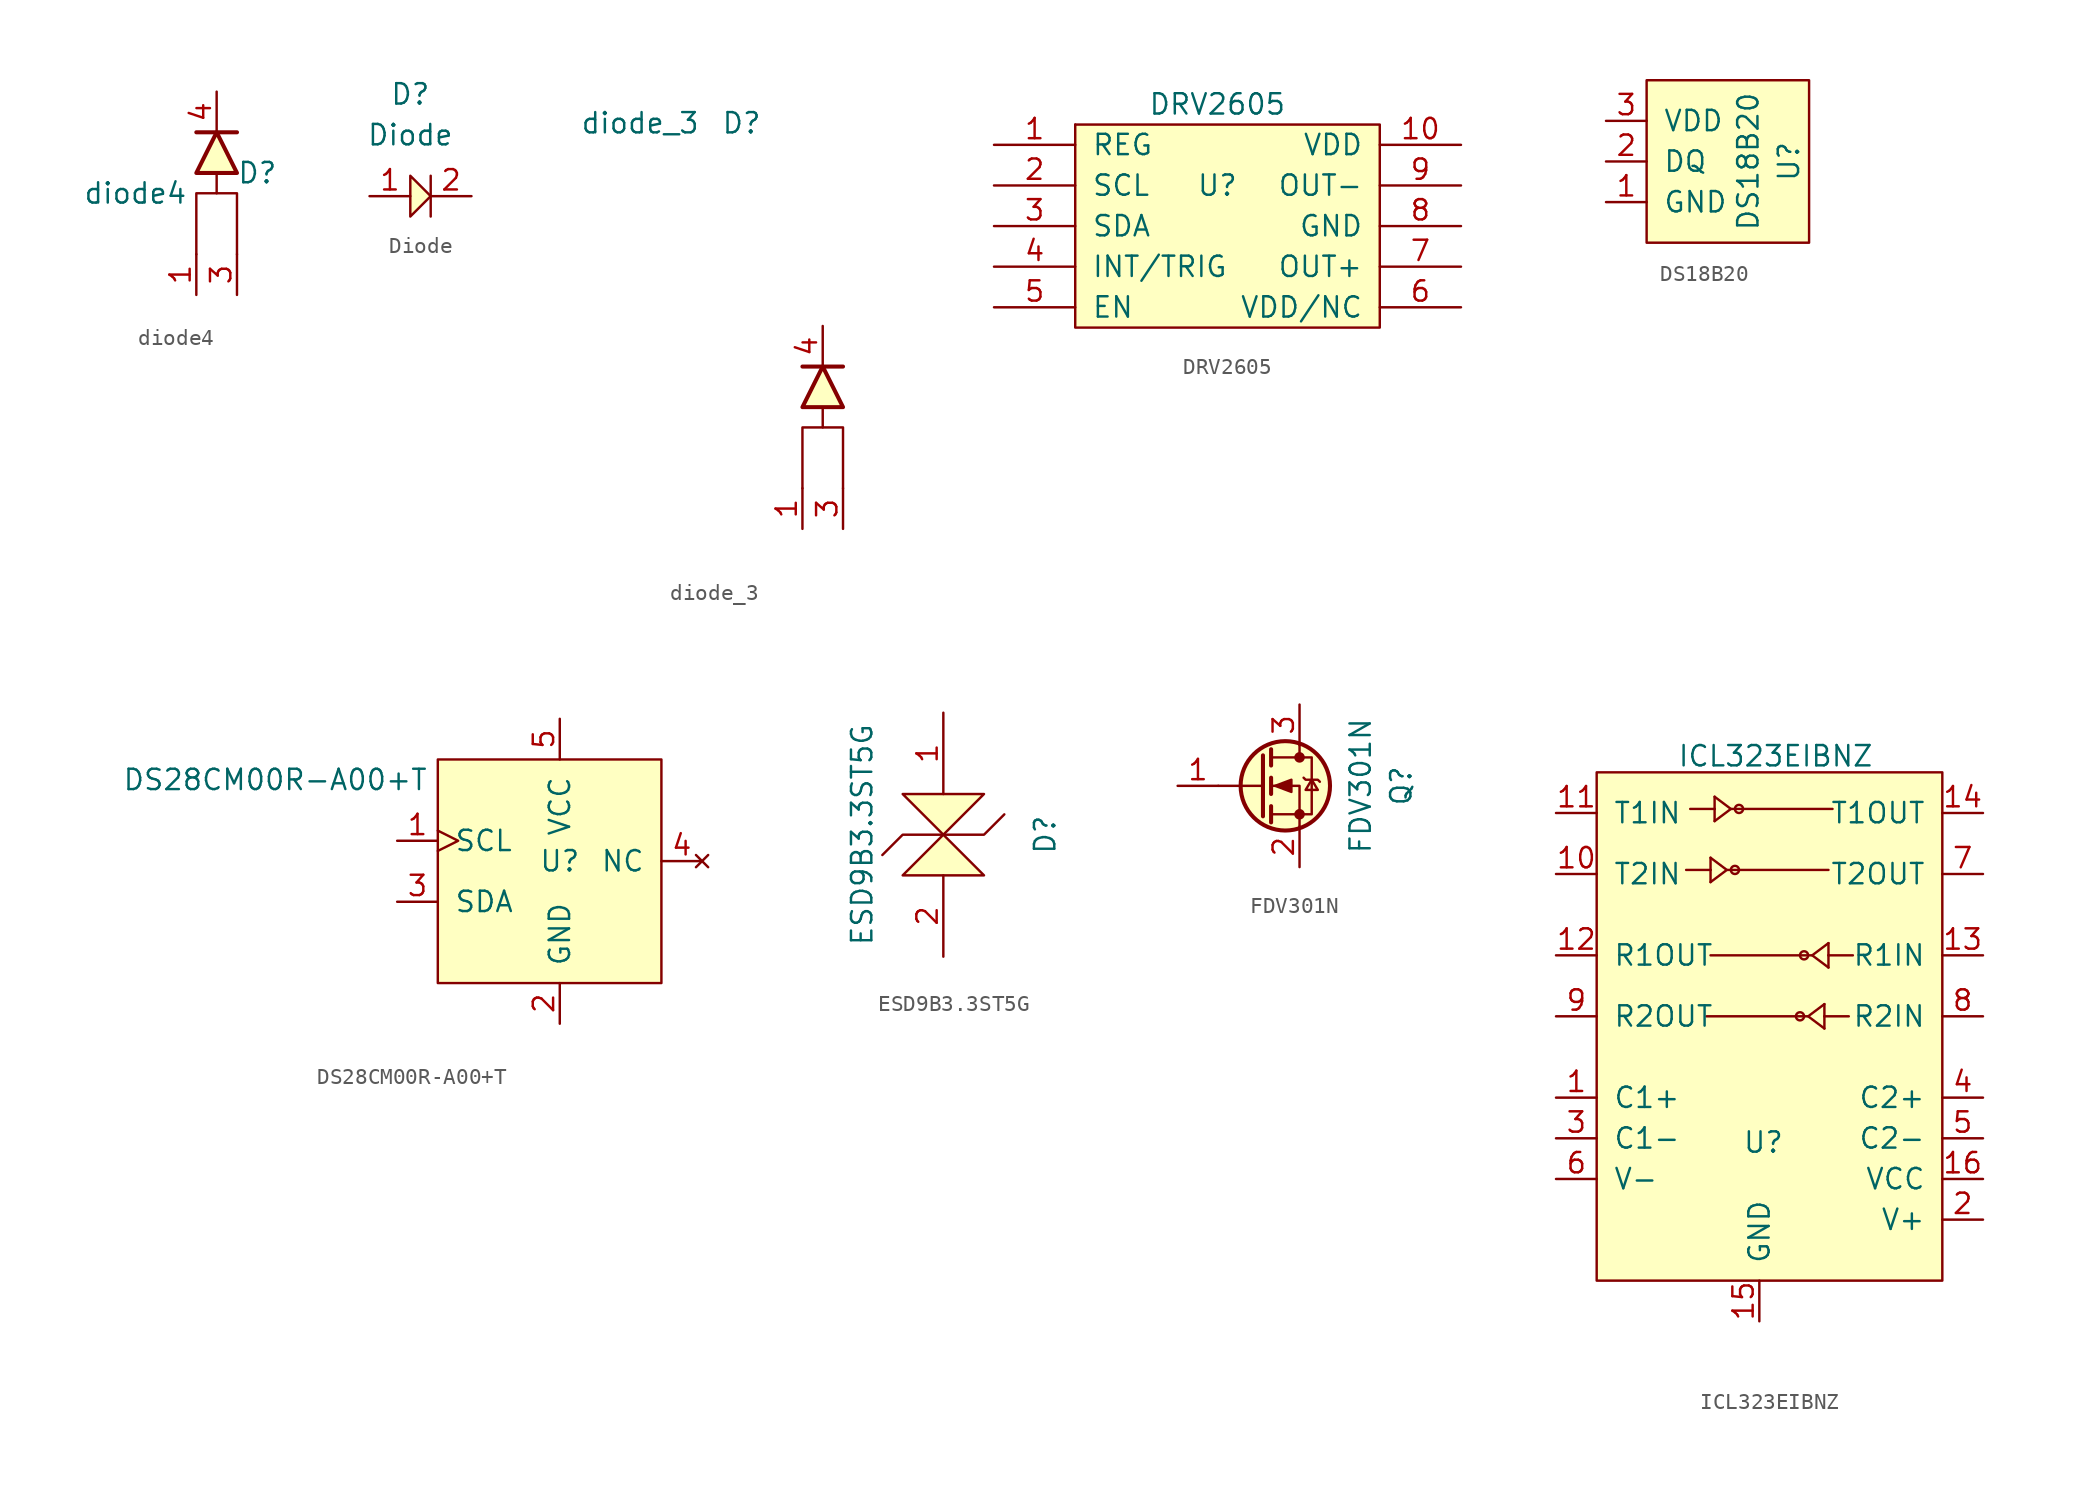
<source format=kicad_sym>
(kicad_symbol_lib
  (version 20201005)
  (generator kicad_symbol_editor)
  (symbol "Halfgelijders:diode4"
    (pin_names
      (offset 1.016))
    (property "Reference" "D"
      (at 2.54 3.81 0)
      (effects (font (size 1.27 1.27))))
    (property "Value" "diode4"
      (at -5.08 2.54 0)
      (effects (font (size 1.27 1.27))))
    (symbol "diode4_1_1"
      (polyline (pts (xy 0 3.81) (xy 0 2.54)) (stroke (width 0)) (fill (type none)))
      (polyline (pts (xy 1.27 6.35) (xy -1.27 6.35)) (stroke (width 0.254)) (fill (type none)))
      (polyline (pts (xy -1.27 -1.27) (xy -1.27 2.54) (xy 1.27 2.54) (xy 1.27 -1.27)) (stroke (width 0)) (fill (type none)))
      (polyline (pts (xy 1.27 3.81) (xy -1.27 3.81) (xy 0 6.35) (xy 1.27 3.81)) (stroke (width 0.254)) (fill (type background)))
      (pin input line (at -1.27 -3.81 90) (length 2.54) (name "~" (effects (font (size 1.27 1.27)))) (number "1" (effects (font (size 1.27 1.27)))))
      (pin input line (at 1.27 -3.81 90) (length 2.54) (name "~" (effects (font (size 1.27 1.27)))) (number "3" (effects (font (size 1.27 1.27)))))
      (pin input line (at 0 8.89 270) (length 2.54) (name "~" (effects (font (size 1.27 1.27)))) (number "4" (effects (font (size 1.27 1.27)))))))
  (symbol "Halfgelijders:Diode"
    (pin_names
      (offset 1.016))
    (property "Reference" "D"
      (at 0 6.35 0)
      (effects (font (size 1.27 1.27))))
    (property "Value" "Diode"
      (at 0 3.81 0)
      (effects (font (size 1.27 1.27))))
    (symbol "Diode_0_1"
      (polyline (pts (xy 1.27 1.27) (xy 1.27 -1.27)) (stroke (width 0)) (fill (type none)))
      (polyline (pts (xy 0 0) (xy 0 1.27) (xy 0 0) (xy 0 -1.27) (xy 1.27 0) (xy 0 1.27)) (stroke (width 0)) (fill (type background))))
    (symbol "Diode_1_1"
      (pin unspecified line (at -2.54 0 0) (length 2.54) (name "~" (effects (font (size 1.27 1.27)))) (number "1" (effects (font (size 1.27 1.27)))))
      (pin unspecified line (at 3.81 0 180) (length 2.54) (name "~" (effects (font (size 1.27 1.27)))) (number "2" (effects (font (size 1.27 1.27)))))))
  (symbol "Halfgelijders:diode_3"
    (pin_names
      (offset 1.016))
    (property "Reference" "D"
      (at -5.08 17.78 0)
      (effects (font (size 1.27 1.27))))
    (property "Value" "diode_3"
      (at -11.43 17.78 0)
      (effects (font (size 1.27 1.27))))
    (symbol "diode_3_0_1"
      (polyline (pts (xy 0 0) (xy 0 -1.27)) (stroke (width 0)) (fill (type none)))
      (polyline (pts (xy -1.27 -5.08) (xy -1.27 -1.27) (xy 1.27 -1.27) (xy 1.27 -5.08)) (stroke (width 0)) (fill (type none))))
    (symbol "diode_3_1_1"
      (polyline (pts (xy 1.27 2.54) (xy -1.27 2.54)) (stroke (width 0.254)) (fill (type none)))
      (polyline (pts (xy 1.27 0) (xy -1.27 0) (xy 0 2.54) (xy 1.27 0)) (stroke (width 0.254)) (fill (type background)))
      (pin input line (at -1.27 -7.62 90) (length 2.54) (name "~" (effects (font (size 1.27 1.27)))) (number "1" (effects (font (size 1.27 1.27)))))
      (pin no_connect line (at 0 5.08 270) (length 2.54) hide (name "~" (effects (font (size 1.27 1.27)))) (number "2" (effects (font (size 1.27 1.27)))))
      (pin input line (at 1.27 -7.62 90) (length 2.54) (name "~" (effects (font (size 1.27 1.27)))) (number "3" (effects (font (size 1.27 1.27)))))
      (pin input line (at 0 5.08 270) (length 2.54) (name "~" (effects (font (size 1.27 1.27)))) (number "4" (effects (font (size 1.27 1.27)))))))
  (symbol "Halfgelijders:DRV2605"
    (pin_names
      (offset 1.016))
    (property "Reference" "U"
      (at -2.54 2.54 0)
      (effects (font (size 1.27 1.27))))
    (property "Value" "DRV2605"
      (at -2.54 7.62 0)
      (effects (font (size 1.27 1.27))))
    (symbol "DRV2605_1_1"
      (rectangle (start -11.43 6.35) (end -11.43 6.35) (stroke (width 0)) (fill (type none)))
      (rectangle (start -11.43 6.35) (end 7.62 -6.35) (stroke (width 0)) (fill (type background)))
      (pin output line (at -16.51 5.08 0) (length 5.08) (name "REG" (effects (font (size 1.27 1.27)))) (number "1" (effects (font (size 1.27 1.27)))))
      (pin power_in line (at 12.7 5.08 180) (length 5.08) (name "VDD" (effects (font (size 1.27 1.27)))) (number "10" (effects (font (size 1.27 1.27)))))
      (pin bidirectional line (at -16.51 2.54 0) (length 5.08) (name "SCL" (effects (font (size 1.27 1.27)))) (number "2" (effects (font (size 1.27 1.27)))))
      (pin bidirectional line (at -16.51 0 0) (length 5.08) (name "SDA" (effects (font (size 1.27 1.27)))) (number "3" (effects (font (size 1.27 1.27)))))
      (pin input line (at -16.51 -2.54 0) (length 5.08) (name "INT/TRIG" (effects (font (size 1.27 1.27)))) (number "4" (effects (font (size 1.27 1.27)))))
      (pin input line (at -16.51 -5.08 0) (length 5.08) (name "EN" (effects (font (size 1.27 1.27)))) (number "5" (effects (font (size 1.27 1.27)))))
      (pin passive line (at 12.7 -5.08 180) (length 5.08) (name "VDD/NC" (effects (font (size 1.27 1.27)))) (number "6" (effects (font (size 1.27 1.27)))))
      (pin output line (at 12.7 -2.54 180) (length 5.08) (name "OUT+" (effects (font (size 1.27 1.27)))) (number "7" (effects (font (size 1.27 1.27)))))
      (pin power_out line (at 12.7 0 180) (length 5.08) (name "GND" (effects (font (size 1.27 1.27)))) (number "8" (effects (font (size 1.27 1.27)))))
      (pin output line (at 12.7 2.54 180) (length 5.08) (name "OUT-" (effects (font (size 1.27 1.27)))) (number "9" (effects (font (size 1.27 1.27)))))))
  (symbol "Halfgelijders:DS18B20"
    (pin_names
      (offset 1.016))
    (property "Reference" "U"
      (at 8.89 -2.54 90)
      (effects (font (size 1.27 1.27))))
    (property "Value" "DS18B20"
      (at 6.35 -2.54 90)
      (effects (font (size 1.27 1.27))))
    (symbol "DS18B20_0_0"
      (rectangle (start 0 2.54) (end 10.16 -7.62) (stroke (width 0)) (fill (type background))))
    (symbol "DS18B20_1_1"
      (pin input line (at -2.54 -5.08 0) (length 2.54) (name "GND" (effects (font (size 1.27 1.27)))) (number "1" (effects (font (size 1.27 1.27)))))
      (pin input line (at -2.54 -2.54 0) (length 2.54) (name "DQ" (effects (font (size 1.27 1.27)))) (number "2" (effects (font (size 1.27 1.27)))))
      (pin input line (at -2.54 0 0) (length 2.54) (name "VDD" (effects (font (size 1.27 1.27)))) (number "3" (effects (font (size 1.27 1.27)))))))
  (symbol "Halfgelijders:DS28CM00R-A00+T"
    (pin_names
      (offset 1.016))
    (property "Reference" "U"
      (at 0 1.27 0)
      (effects (font (size 1.27 1.27))))
    (property "Value" "DS28CM00R-A00+T"
      (at -17.78 6.35 0)
      (effects (font (size 1.27 1.27))))
    (symbol "DS28CM00R-A00+T_0_1"
      (rectangle (start -7.62 7.62) (end 6.35 -6.35) (stroke (width 0)) (fill (type background))))
    (symbol "DS28CM00R-A00+T_1_1"
      (pin input clock (at -10.16 2.54 0) (length 2.54) (name "SCL" (effects (font (size 1.27 1.27)))) (number "1" (effects (font (size 1.27 1.27)))))
      (pin power_out line (at 0 -8.89 90) (length 2.54) (name "GND" (effects (font (size 1.27 1.27)))) (number "2" (effects (font (size 1.27 1.27)))))
      (pin bidirectional line (at -10.16 -1.27 0) (length 2.54) (name "SDA" (effects (font (size 1.27 1.27)))) (number "3" (effects (font (size 1.27 1.27)))))
      (pin no_connect line (at 8.89 1.27 180) (length 2.54) (name "NC" (effects (font (size 1.27 1.27)))) (number "4" (effects (font (size 1.27 1.27)))))
      (pin power_in line (at 0 10.16 270) (length 2.54) (name "VCC" (effects (font (size 1.27 1.27)))) (number "5" (effects (font (size 1.27 1.27)))))))
  (symbol "Halfgelijders:ESD9B3.3ST5G"
    (pin_names
      (offset 1.016))
    (property "Reference" "D"
      (at 6.35 -5.08 90)
      (effects (font (size 1.27 1.27))))
    (property "Value" "ESD9B3.3ST5G"
      (at -5.08 -5.08 90)
      (effects (font (size 1.27 1.27))))
    (symbol "ESD9B3.3ST5G_1_1"
      (polyline (pts (xy 0 -5.08) (xy -2.54 -5.08) (xy -3.81 -6.35)) (stroke (width 0)) (fill (type none)))
      (polyline (pts (xy 0 -5.08) (xy 2.54 -5.08) (xy 3.81 -3.81)) (stroke (width 0)) (fill (type none)))
      (polyline (pts (xy -2.54 -7.62) (xy 0 -5.08) (xy 2.54 -7.62) (xy -2.54 -7.62)) (stroke (width 0)) (fill (type background)))
      (polyline (pts (xy 2.54 -2.54) (xy 0 -5.08) (xy -2.54 -2.54) (xy 2.54 -2.54)) (stroke (width 0)) (fill (type background)))
      (pin input line (at 0 2.54 270) (length 5.08) (name "~" (effects (font (size 1.27 1.27)))) (number "1" (effects (font (size 1.27 1.27)))))
      (pin input line (at 0 -12.7 90) (length 5.08) (name "~" (effects (font (size 1.27 1.27)))) (number "2" (effects (font (size 1.27 1.27)))))))
  (symbol "Halfgelijders:FDV301N"
    (pin_names
      (offset 1.016))
    (property "Reference" "Q"
      (at 7.62 0 90)
      (effects (font (size 1.27 1.27))))
    (property "Value" "FDV301N"
      (at 5.08 0 90)
      (effects (font (size 1.27 1.27))))
    (symbol "FDV301N_1_1"
      (circle (center 1.27 -1.778) (radius 0.254) (stroke (width 0)) (fill (type outline)))
      (circle (center 1.27 1.778) (radius 0.254) (stroke (width 0)) (fill (type outline)))
      (circle (center 0.381 0) (radius 2.794) (stroke (width 0.254)) (fill (type background)))
      (polyline (pts (xy -1.016 0) (xy -3.81 0)) (stroke (width 0)) (fill (type none)))
      (polyline (pts (xy -1.016 1.905) (xy -1.016 -1.905)) (stroke (width 0.254)) (fill (type none)))
      (polyline (pts (xy -0.508 -1.27) (xy -0.508 -2.286)) (stroke (width 0.254)) (fill (type none)))
      (polyline (pts (xy -0.508 0.508) (xy -0.508 -0.508)) (stroke (width 0.254)) (fill (type none)))
      (polyline (pts (xy -0.508 2.286) (xy -0.508 1.27)) (stroke (width 0.254)) (fill (type none)))
      (polyline (pts (xy 1.27 2.54) (xy 1.27 1.778)) (stroke (width 0)) (fill (type none)))
      (polyline (pts (xy 1.27 -2.54) (xy 1.27 0) (xy -0.508 0)) (stroke (width 0)) (fill (type none)))
      (polyline (pts (xy -0.508 -1.778) (xy 2.032 -1.778) (xy 2.032 1.778) (xy -0.508 1.778)) (stroke (width 0)) (fill (type none)))
      (polyline (pts (xy 1.524 0.508) (xy 1.651 0.381) (xy 2.413 0.381) (xy 2.54 0.254)) (stroke (width 0)) (fill (type none)))
      (polyline (pts (xy 2.032 0.381) (xy 1.651 -0.254) (xy 2.413 -0.254) (xy 2.032 0.381)) (stroke (width 0)) (fill (type none)))
      (polyline (pts (xy -0.254 0) (xy 0.762 0.381) (xy 0.762 -0.381) (xy -0.254 0)) (stroke (width 0)) (fill (type outline)))
      (pin input line (at -6.35 0 0) (length 2.54) (name "~" (effects (font (size 1.27 1.27)))) (number "1" (effects (font (size 1.27 1.27)))))
      (pin passive line (at 1.27 -5.08 90) (length 2.54) (name "~" (effects (font (size 1.27 1.27)))) (number "2" (effects (font (size 1.27 1.27)))))
      (pin passive line (at 1.27 5.08 270) (length 2.54) (name "~" (effects (font (size 1.27 1.27)))) (number "3" (effects (font (size 1.27 1.27)))))))
  (symbol "Halfgelijders:ICL323EIBNZ"
    (pin_names
      (offset 1.016))
    (property "Reference" "U"
      (at 10.414 -18.034 0)
      (effects (font (size 1.27 1.27))))
    (property "Value" "ICL323EIBNZ"
      (at 11.176 6.096 0)
      (effects (font (size 1.27 1.27))))
    (symbol "ICL323EIBNZ_0_1"
      (circle (center 8.89 2.794) (radius 0.254) (stroke (width 0)) (fill (type none)))
      (rectangle (start 5.842 2.794) (end 7.366 2.794) (stroke (width 0)) (fill (type none)))
      (rectangle (start 7.366 2.794) (end 7.366 2.032) (stroke (width 0)) (fill (type none)))
      (rectangle (start 7.366 2.794) (end 7.366 3.556) (stroke (width 0)) (fill (type none)))
      (rectangle (start 0 5.08) (end 21.59 -26.67) (stroke (width 0)) (fill (type background)))
      (polyline (pts (xy 7.366 3.556) (xy 8.382 2.794) (xy 7.366 2.032)) (stroke (width 0)) (fill (type none)))
      (polyline (pts (xy 8.382 2.794) (xy 14.478 2.794) (xy 14.732 2.794)) (stroke (width 0)) (fill (type none))))
    (symbol "ICL323EIBNZ_1_1"
      (circle (center 8.636 -1.016) (radius 0.254) (stroke (width 0)) (fill (type none)))
      (circle (center 12.7 -10.16) (radius 0.254) (stroke (width 0)) (fill (type none)))
      (circle (center 12.954 -6.35) (radius 0.254) (stroke (width 0)) (fill (type none)))
      (rectangle (start 5.588 -1.016) (end 7.112 -1.016) (stroke (width 0)) (fill (type none)))
      (rectangle (start 7.112 -1.016) (end 7.112 -1.778) (stroke (width 0)) (fill (type none)))
      (rectangle (start 7.112 -1.016) (end 7.112 -0.254) (stroke (width 0)) (fill (type none)))
      (rectangle (start 14.224 -10.16) (end 14.224 -10.922) (stroke (width 0)) (fill (type none)))
      (rectangle (start 14.224 -10.16) (end 14.224 -9.398) (stroke (width 0)) (fill (type none)))
      (rectangle (start 14.478 -6.35) (end 14.478 -7.112) (stroke (width 0)) (fill (type none)))
      (rectangle (start 14.478 -6.35) (end 14.478 -5.588) (stroke (width 0)) (fill (type none)))
      (rectangle (start 15.748 -10.16) (end 14.224 -10.16) (stroke (width 0)) (fill (type none)))
      (rectangle (start 16.002 -6.35) (end 14.478 -6.35) (stroke (width 0)) (fill (type none)))
      (polyline (pts (xy 7.112 -0.254) (xy 8.128 -1.016) (xy 7.112 -1.778)) (stroke (width 0)) (fill (type none)))
      (polyline (pts (xy 8.128 -1.016) (xy 14.224 -1.016) (xy 14.478 -1.016)) (stroke (width 0)) (fill (type none)))
      (polyline (pts (xy 13.208 -10.16) (xy 7.112 -10.16) (xy 6.858 -10.16)) (stroke (width 0)) (fill (type none)))
      (polyline (pts (xy 13.462 -6.35) (xy 7.366 -6.35) (xy 7.112 -6.35)) (stroke (width 0)) (fill (type none)))
      (polyline (pts (xy 14.224 -10.922) (xy 13.208 -10.16) (xy 14.224 -9.398)) (stroke (width 0)) (fill (type none)))
      (polyline (pts (xy 14.478 -7.112) (xy 13.462 -6.35) (xy 14.478 -5.588)) (stroke (width 0)) (fill (type none)))
      (pin input line (at -2.54 -15.24 0) (length 2.54) (name "C1+" (effects (font (size 1.27 1.27)))) (number "1" (effects (font (size 1.27 1.27)))))
      (pin input line (at -2.54 -1.27 0) (length 2.54) (name "T2IN" (effects (font (size 1.27 1.27)))) (number "10" (effects (font (size 1.27 1.27)))))
      (pin input line (at -2.54 2.54 0) (length 2.54) (name "T1IN" (effects (font (size 1.27 1.27)))) (number "11" (effects (font (size 1.27 1.27)))))
      (pin input line (at -2.54 -6.35 0) (length 2.54) (name "R1OUT" (effects (font (size 1.27 1.27)))) (number "12" (effects (font (size 1.27 1.27)))))
      (pin input line (at 24.13 -6.35 180) (length 2.54) (name "R1IN" (effects (font (size 1.27 1.27)))) (number "13" (effects (font (size 1.27 1.27)))))
      (pin input line (at 24.13 2.54 180) (length 2.54) (name "T1OUT" (effects (font (size 1.27 1.27)))) (number "14" (effects (font (size 1.27 1.27)))))
      (pin input line (at 10.16 -29.21 90) (length 2.54) (name "GND" (effects (font (size 1.27 1.27)))) (number "15" (effects (font (size 1.27 1.27)))))
      (pin input line (at 24.13 -20.32 180) (length 2.54) (name "VCC" (effects (font (size 1.27 1.27)))) (number "16" (effects (font (size 1.27 1.27)))))
      (pin input line (at 24.13 -22.86 180) (length 2.54) (name "V+" (effects (font (size 1.27 1.27)))) (number "2" (effects (font (size 1.27 1.27)))))
      (pin input line (at -2.54 -17.78 0) (length 2.54) (name "C1-" (effects (font (size 1.27 1.27)))) (number "3" (effects (font (size 1.27 1.27)))))
      (pin input line (at 24.13 -15.24 180) (length 2.54) (name "C2+" (effects (font (size 1.27 1.27)))) (number "4" (effects (font (size 1.27 1.27)))))
      (pin input line (at 24.13 -17.78 180) (length 2.54) (name "C2-" (effects (font (size 1.27 1.27)))) (number "5" (effects (font (size 1.27 1.27)))))
      (pin input line (at -2.54 -20.32 0) (length 2.54) (name "V-" (effects (font (size 1.27 1.27)))) (number "6" (effects (font (size 1.27 1.27)))))
      (pin input line (at 24.13 -1.27 180) (length 2.54) (name "T2OUT" (effects (font (size 1.27 1.27)))) (number "7" (effects (font (size 1.27 1.27)))))
      (pin input line (at 24.13 -10.16 180) (length 2.54) (name "R2IN" (effects (font (size 1.27 1.27)))) (number "8" (effects (font (size 1.27 1.27)))))
      (pin input line (at -2.54 -10.16 0) (length 2.54) (name "R2OUT" (effects (font (size 1.27 1.27)))) (number "9" (effects (font (size 1.27 1.27))))))))
</source>
